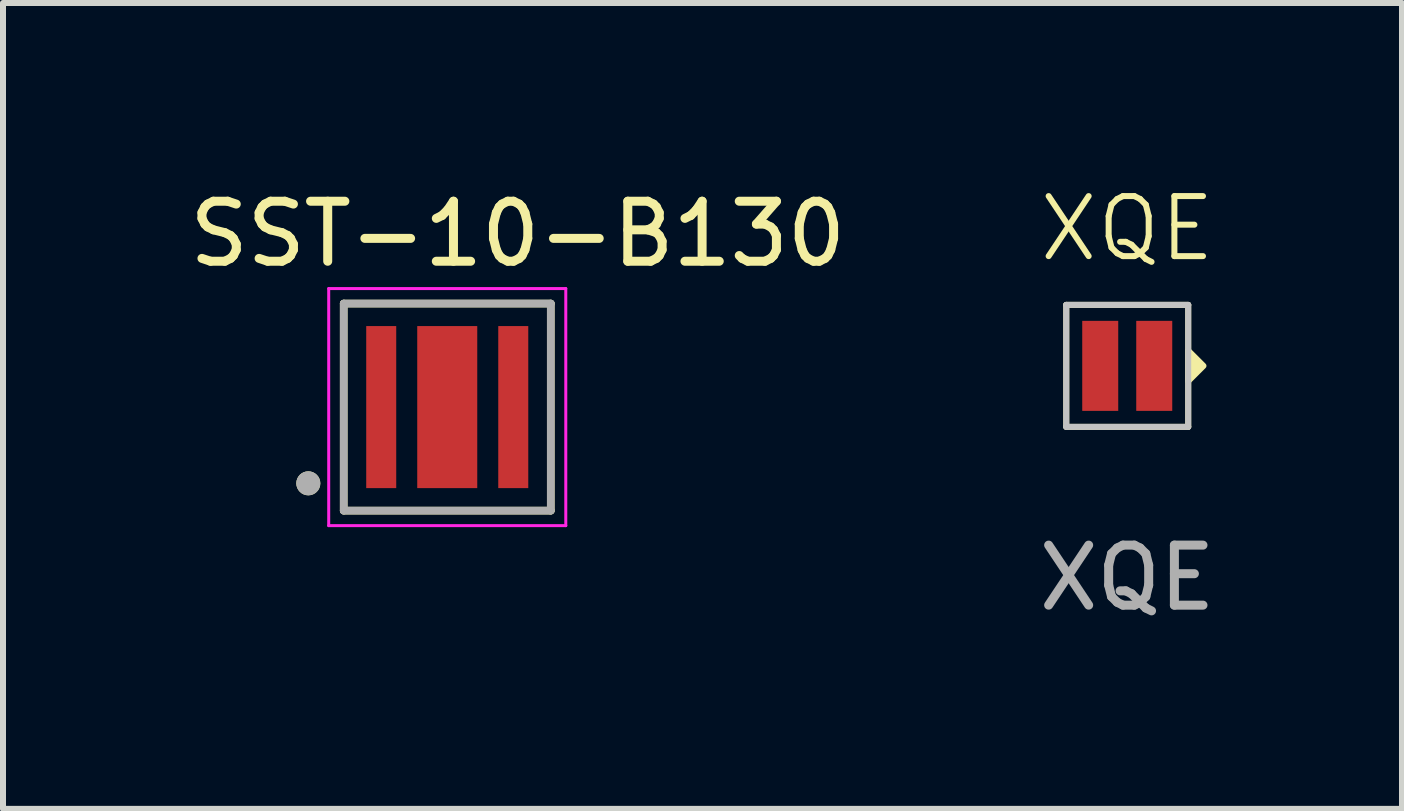
<source format=kicad_pcb>
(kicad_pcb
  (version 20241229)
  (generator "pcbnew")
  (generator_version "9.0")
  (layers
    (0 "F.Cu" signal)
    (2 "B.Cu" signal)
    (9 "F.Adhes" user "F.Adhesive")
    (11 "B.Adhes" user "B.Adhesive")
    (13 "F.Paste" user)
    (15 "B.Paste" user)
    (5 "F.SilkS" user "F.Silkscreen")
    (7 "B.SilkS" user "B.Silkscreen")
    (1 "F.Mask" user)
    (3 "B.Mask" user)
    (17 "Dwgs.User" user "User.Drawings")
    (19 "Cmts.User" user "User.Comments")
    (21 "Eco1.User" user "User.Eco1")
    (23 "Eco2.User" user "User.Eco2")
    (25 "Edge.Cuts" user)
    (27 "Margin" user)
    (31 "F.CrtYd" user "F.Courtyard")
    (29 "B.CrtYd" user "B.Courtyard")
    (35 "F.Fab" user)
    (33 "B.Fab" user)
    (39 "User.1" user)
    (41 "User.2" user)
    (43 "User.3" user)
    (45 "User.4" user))
  (footprint "XQE"
    (layer "F.Cu")
    (at 15.732 3.046)
    (property "Reference" "XQE" (at 0 -2.286 0) (unlocked yes) (layer "F.SilkS") (effects (font (size 1 1) (thickness 0.1))))
    (attr smd)
    (fp_line (start -1.016 -1.016) (end 1.016 -1.016) (stroke (width 0.1) (type default)) (layer "F.SilkS"))
    (fp_line (start -1.016 1.016) (end -1.016 -1.016) (stroke (width 0.1) (type default)) (layer "F.SilkS"))
    (fp_line (start 1.016 -1.016) (end 1.016 1.016) (stroke (width 0.1) (type default)) (layer "F.SilkS"))
    (fp_line (start 1.016 1.016) (end -1.016 1.016) (stroke (width 0.1) (type default)) (layer "F.SilkS"))
    (fp_poly (pts (xy 1.016 0.254) (xy 1.016 -0.254) (xy 1.27 0)) (stroke (width 0.1) (type solid)) (fill yes) (layer "F.SilkS"))
    (fp_line (start -1.016 -1.016) (end 1.016 -1.016) (stroke (width 0.1) (type default)) (layer "Dwgs.User"))
    (fp_line (start -1.016 1.016) (end -1.016 -1.016) (stroke (width 0.1) (type default)) (layer "Dwgs.User"))
    (fp_line (start 1.016 -1.016) (end 1.016 1.016) (stroke (width 0.1) (type default)) (layer "Dwgs.User"))
    (fp_line (start 1.016 1.016) (end -1.016 1.016) (stroke (width 0.1) (type default)) (layer "Dwgs.User"))
    (fp_rect (start -1.016 -1.016) (end 1.016 1.016) (stroke (width 0.05) (type default)) (fill no) (layer "F.CrtYd"))
    (fp_text user "${REFERENCE}" (at 0 3.532 0) (unlocked yes) (layer "F.Fab") (effects (font (size 1 1) (thickness 0.15))))
    (pad "1" smd rect (at -0.45 0) (size 0.6 1.5) (layers "F.Cu" "F.Mask" "F.Paste"))
    (pad "2" smd rect (at 0.45 0) (size 0.6 1.5) (layers "F.Cu" "F.Mask" "F.Paste")))
  (footprint "SST-10-B130"
    (layer "F.Cu")
    (at 4.402 3.733)
    (property "Reference" "SST-10-B130" (at 1.175 -2.885 0) (layer "F.SilkS") (effects (font (size 1 1) (thickness 0.15))))
    (attr smd)
    (fp_line (start -1.725 -1.725) (end 1.725 -1.725) (stroke (width 0.127) (type solid)) (layer "F.SilkS"))
    (fp_line (start -1.725 1.725) (end -1.725 -1.725) (stroke (width 0.127) (type solid)) (layer "F.SilkS"))
    (fp_line (start 1.725 -1.725) (end 1.725 1.725) (stroke (width 0.127) (type solid)) (layer "F.SilkS"))
    (fp_line (start 1.725 1.725) (end -1.725 1.725) (stroke (width 0.127) (type solid)) (layer "F.SilkS"))
    (fp_circle (center -2.315 1.27) (end -2.215 1.27) (stroke (width 0.2) (type solid)) (fill no) (layer "F.SilkS"))
    (fp_poly (pts (xy -0.315 -0.85) (xy 0.315 -0.85) (xy 0.315 0.85) (xy -0.315 0.85)) (stroke (width 0.01) (type solid)) (fill yes) (layer "F.Paste"))
    (fp_line (start -1.975 -1.975) (end 1.975 -1.975) (stroke (width 0.05) (type solid)) (layer "F.CrtYd"))
    (fp_line (start -1.975 1.975) (end -1.975 -1.975) (stroke (width 0.05) (type solid)) (layer "F.CrtYd"))
    (fp_line (start 1.975 -1.975) (end 1.975 1.975) (stroke (width 0.05) (type solid)) (layer "F.CrtYd"))
    (fp_line (start 1.975 1.975) (end -1.975 1.975) (stroke (width 0.05) (type solid)) (layer "F.CrtYd"))
    (fp_line (start -1.725 -1.725) (end 1.725 -1.725) (stroke (width 0.127) (type solid)) (layer "F.Fab"))
    (fp_line (start -1.725 1.725) (end -1.725 -1.725) (stroke (width 0.127) (type solid)) (layer "F.Fab"))
    (fp_line (start 1.725 -1.725) (end 1.725 1.725) (stroke (width 0.127) (type solid)) (layer "F.Fab"))
    (fp_line (start 1.725 1.725) (end -1.725 1.725) (stroke (width 0.127) (type solid)) (layer "F.Fab"))
    (fp_circle (center -2.315 1.27) (end -2.215 1.27) (stroke (width 0.2) (type solid)) (fill no) (layer "F.Fab"))
    (pad "1" smd rect (at -1.1 0) (size 0.5 2.7) (layers "F.Cu" "F.Mask" "F.Paste"))
    (pad "2" smd rect (at 1.1 0) (size 0.5 2.7) (layers "F.Cu" "F.Mask" "F.Paste"))
    (pad "3" smd rect (at 0 0) (size 1 2.7) (layers "F.Cu" "F.Mask")))
  (gr_rect
    (start -3 -3)
    (end 20.31 10.427)
    (stroke (width 0.1) (type default))
    (fill no)
    (layer "Edge.Cuts")))
</source>
